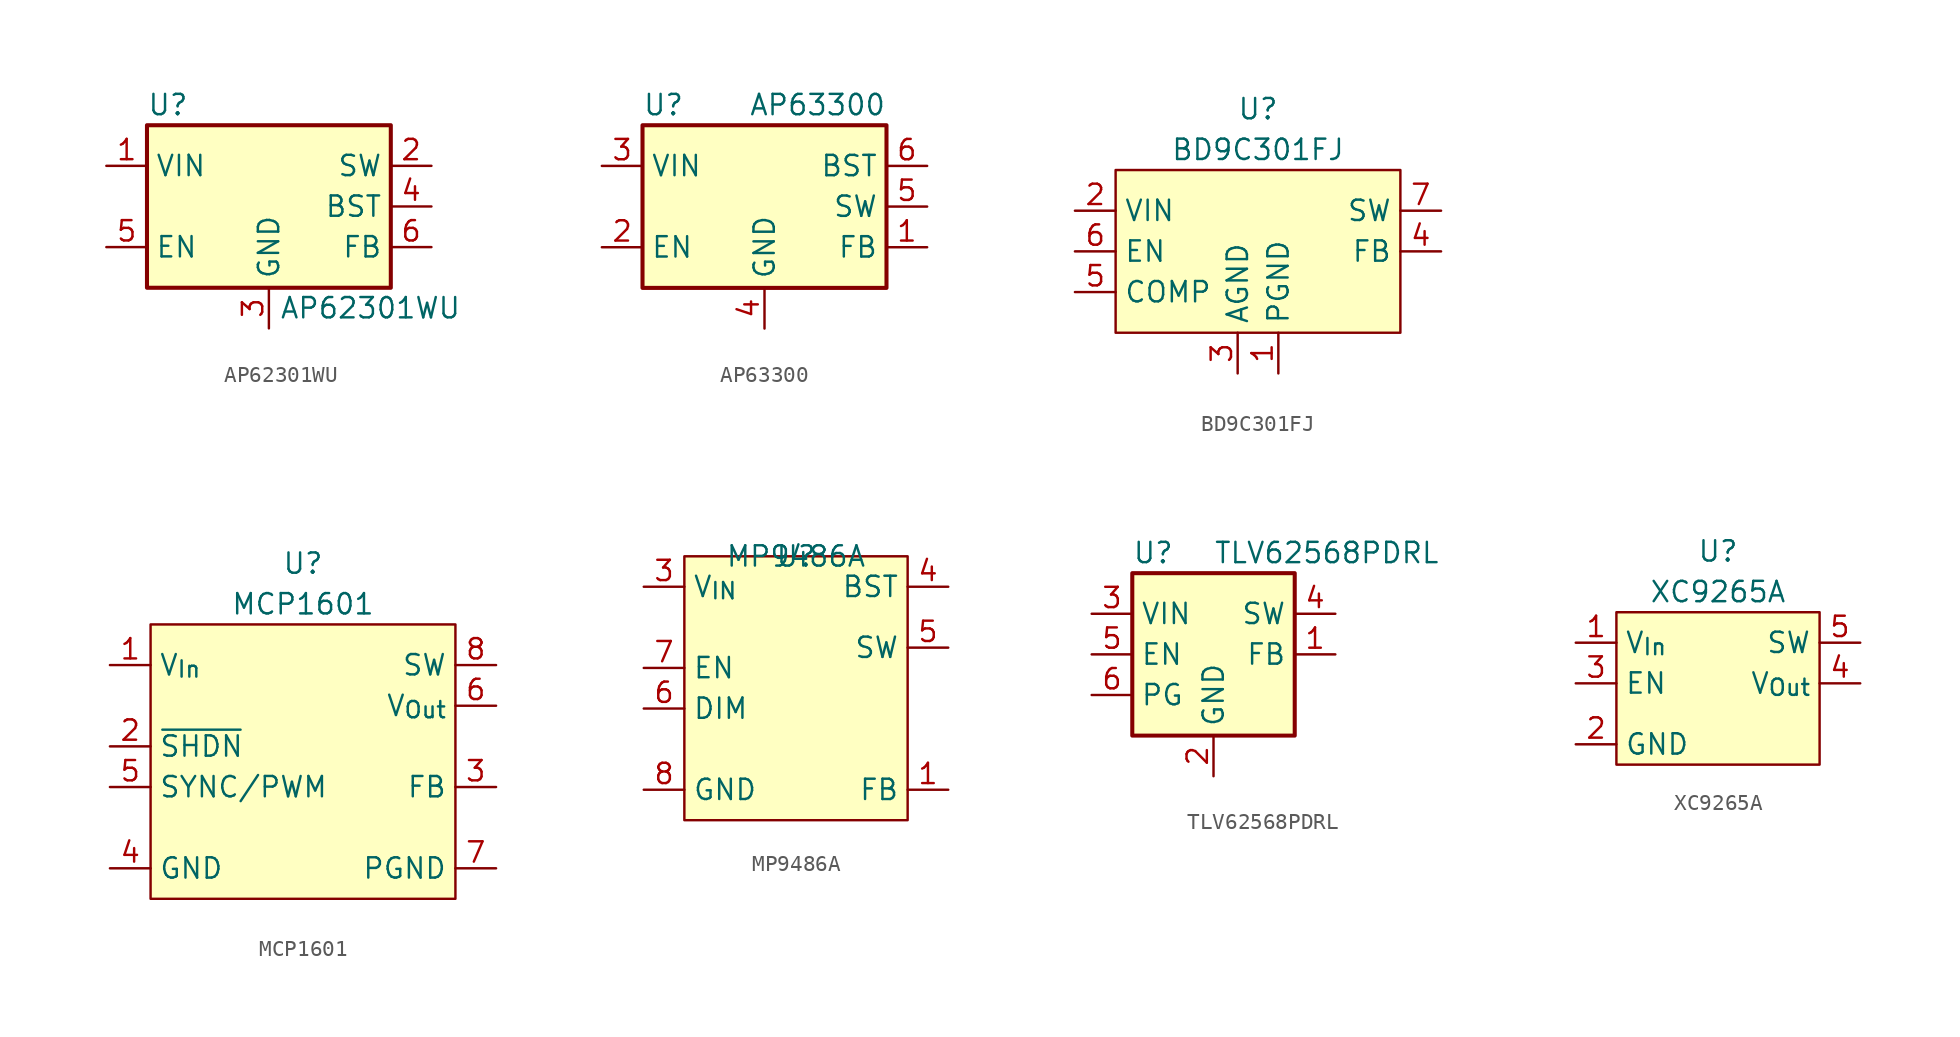
<source format=kicad_sym>
(kicad_symbol_lib
  (version 20220914)
  (generator kicad_symbol_editor)
  (symbol "AP62301WU"
    (property "Reference" "U"
      (at -7.62 6.35 0)
      (effects (font (size 1.27 1.27)) (justify left)))
    (property "Value" "AP62301WU"
      (at 6.35 -6.35 0)
      (effects (font (size 1.27 1.27))))
    (symbol "AP62301WU_0_1"
      (rectangle (start -7.62 5.08) (end 7.62 -5.08) (stroke (width 0.254) (type default)) (fill (type background))))
    (symbol "AP62301WU_1_1"
      (pin power_in line (at -10.16 2.54 0) (length 2.54) (name "VIN" (effects (font (size 1.27 1.27)))) (number "1" (effects (font (size 1.27 1.27)))))
      (pin output line (at 10.16 2.54 180) (length 2.54) (name "SW" (effects (font (size 1.27 1.27)))) (number "2" (effects (font (size 1.27 1.27)))))
      (pin power_in line (at 0 -7.62 90) (length 2.54) (name "GND" (effects (font (size 1.27 1.27)))) (number "3" (effects (font (size 1.27 1.27)))))
      (pin passive line (at 10.16 0 180) (length 2.54) (name "BST" (effects (font (size 1.27 1.27)))) (number "4" (effects (font (size 1.27 1.27)))))
      (pin input line (at -10.16 -2.54 0) (length 2.54) (name "EN" (effects (font (size 1.27 1.27)))) (number "5" (effects (font (size 1.27 1.27)))))
      (pin input line (at 10.16 -2.54 180) (length 2.54) (name "FB" (effects (font (size 1.27 1.27)))) (number "6" (effects (font (size 1.27 1.27)))))))
  (symbol "AP63300"
    (property "Reference" "U"
      (at -7.62 6.35 0)
      (effects (font (size 1.27 1.27)) (justify left)))
    (property "Value" "AP63300"
      (at 7.62 6.35 0)
      (effects (font (size 1.27 1.27)) (justify right)))
    (symbol "AP63300_0_1"
      (rectangle (start -7.62 5.08) (end 7.62 -5.08) (stroke (width 0.254) (type default)) (fill (type background))))
    (symbol "AP63300_1_1"
      (pin input line (at 10.16 -2.54 180) (length 2.54) (name "FB" (effects (font (size 1.27 1.27)))) (number "1" (effects (font (size 1.27 1.27)))))
      (pin input line (at -10.16 -2.54 0) (length 2.54) (name "EN" (effects (font (size 1.27 1.27)))) (number "2" (effects (font (size 1.27 1.27)))))
      (pin power_in line (at -10.16 2.54 0) (length 2.54) (name "VIN" (effects (font (size 1.27 1.27)))) (number "3" (effects (font (size 1.27 1.27)))))
      (pin power_in line (at 0 -7.62 90) (length 2.54) (name "GND" (effects (font (size 1.27 1.27)))) (number "4" (effects (font (size 1.27 1.27)))))
      (pin output line (at 10.16 0 180) (length 2.54) (name "SW" (effects (font (size 1.27 1.27)))) (number "5" (effects (font (size 1.27 1.27)))))
      (pin passive line (at 10.16 2.54 180) (length 2.54) (name "BST" (effects (font (size 1.27 1.27)))) (number "6" (effects (font (size 1.27 1.27)))))))
  (symbol "BD9C301FJ"
    (property "Reference" "U"
      (at 0 3.81 0)
      (effects (font (size 1.27 1.27))))
    (property "Value" "BD9C301FJ"
      (at 0 1.27 0)
      (effects (font (size 1.27 1.27))))
    (symbol "BD9C301FJ_0_1"
      (rectangle (start -8.89 0) (end 8.89 -10.16) (stroke (width 0) (type default)) (fill (type background))))
    (symbol "BD9C301FJ_1_1"
      (pin power_in line (at 1.27 -12.7 90) (length 2.54) (name "PGND" (effects (font (size 1.27 1.27)))) (number "1" (effects (font (size 1.27 1.27)))))
      (pin power_in line (at -11.43 -2.54 0) (length 2.54) (name "VIN" (effects (font (size 1.27 1.27)))) (number "2" (effects (font (size 1.27 1.27)))))
      (pin power_in line (at -1.27 -12.7 90) (length 2.54) (name "AGND" (effects (font (size 1.27 1.27)))) (number "3" (effects (font (size 1.27 1.27)))))
      (pin bidirectional line (at 11.43 -5.08 180) (length 2.54) (name "FB" (effects (font (size 1.27 1.27)))) (number "4" (effects (font (size 1.27 1.27)))))
      (pin input line (at -11.43 -7.62 0) (length 2.54) (name "COMP" (effects (font (size 1.27 1.27)))) (number "5" (effects (font (size 1.27 1.27)))))
      (pin input line (at -11.43 -5.08 0) (length 2.54) (name "EN" (effects (font (size 1.27 1.27)))) (number "6" (effects (font (size 1.27 1.27)))))
      (pin power_out line (at 11.43 -2.54 180) (length 2.54) (name "SW" (effects (font (size 1.27 1.27)))) (number "7" (effects (font (size 1.27 1.27)))))
      (pin passive line (at 11.43 -2.54 180) (length 2.54) hide (name "SW" (effects (font (size 1.27 1.27)))) (number "8" (effects (font (size 1.27 1.27)))))))
  (symbol "MCP1601"
    (property "Reference" "U"
      (at 0 3.81 0)
      (effects (font (size 1.27 1.27))))
    (property "Value" "MCP1601"
      (at 0 1.27 0)
      (effects (font (size 1.27 1.27))))
    (symbol "MCP1601_0_1"
      (rectangle (start -9.525 0) (end 9.525 -17.145) (stroke (width 0) (type default)) (fill (type background))))
    (symbol "MCP1601_1_1"
      (pin power_in line (at -12.065 -2.54 0) (length 2.54) (name "V_{In}" (effects (font (size 1.27 1.27)))) (number "1" (effects (font (size 1.27 1.27)))))
      (pin input line (at -12.065 -7.62 0) (length 2.54) (name "~{SHDN}" (effects (font (size 1.27 1.27)))) (number "2" (effects (font (size 1.27 1.27)))))
      (pin passive line (at 12.065 -10.16 180) (length 2.54) (name "FB" (effects (font (size 1.27 1.27)))) (number "3" (effects (font (size 1.27 1.27)))))
      (pin passive line (at -12.065 -15.24 0) (length 2.54) (name "GND" (effects (font (size 1.27 1.27)))) (number "4" (effects (font (size 1.27 1.27)))))
      (pin input line (at -12.065 -10.16 0) (length 2.54) (name "SYNC/PWM" (effects (font (size 1.27 1.27)))) (number "5" (effects (font (size 1.27 1.27)))))
      (pin passive line (at 12.065 -5.08 180) (length 2.54) (name "V_{Out}" (effects (font (size 1.27 1.27)))) (number "6" (effects (font (size 1.27 1.27)))))
      (pin passive line (at 12.065 -15.24 180) (length 2.54) (name "PGND" (effects (font (size 1.27 1.27)))) (number "7" (effects (font (size 1.27 1.27)))))
      (pin power_out line (at 12.065 -2.54 180) (length 2.54) (name "SW" (effects (font (size 1.27 1.27)))) (number "8" (effects (font (size 1.27 1.27)))))))
  (symbol "MP9486A"
    (property "Reference" "U"
      (at 0 0 0)
      (effects (font (size 1.27 1.27))))
    (property "Value" "MP9486A"
      (at 0 0 0)
      (effects (font (size 1.27 1.27))))
    (symbol "MP9486A_0_1"
      (rectangle (start -6.985 0) (end 6.985 -16.51) (stroke (width 0) (type default)) (fill (type background))))
    (symbol "MP9486A_1_1"
      (pin passive line (at 9.525 -14.605 180) (length 2.54) (name "FB" (effects (font (size 1.27 1.27)))) (number "1" (effects (font (size 1.27 1.27)))))
      (pin power_in line (at -9.525 -1.905 0) (length 2.54) (name "V_{IN}" (effects (font (size 1.27 1.27)))) (number "3" (effects (font (size 1.27 1.27)))))
      (pin passive line (at 9.525 -1.905 180) (length 2.54) (name "BST" (effects (font (size 1.27 1.27)))) (number "4" (effects (font (size 1.27 1.27)))))
      (pin power_out line (at 9.525 -5.715 180) (length 2.54) (name "SW" (effects (font (size 1.27 1.27)))) (number "5" (effects (font (size 1.27 1.27)))))
      (pin input line (at -9.525 -9.525 0) (length 2.54) (name "DIM" (effects (font (size 1.27 1.27)))) (number "6" (effects (font (size 1.27 1.27)))))
      (pin input line (at -9.525 -6.985 0) (length 2.54) (name "EN" (effects (font (size 1.27 1.27)))) (number "7" (effects (font (size 1.27 1.27)))))
      (pin passive line (at -9.525 -14.605 0) (length 2.54) (name "GND" (effects (font (size 1.27 1.27)))) (number "8" (effects (font (size 1.27 1.27)))))
      (pin passive line (at -9.525 -14.605 0) (length 2.54) hide (name "GND" (effects (font (size 1.27 1.27)))) (number "9" (effects (font (size 1.27 1.27)))))))
  (symbol "TLV62568PDRL"
    (property "Reference" "U"
      (at -5.08 6.35 0)
      (effects (font (size 1.27 1.27)) (justify left)))
    (property "Value" "TLV62568PDRL"
      (at 0 6.35 0)
      (effects (font (size 1.27 1.27)) (justify left)))
    (symbol "TLV62568PDRL_0_1"
      (rectangle (start -5.08 5.08) (end 5.08 -5.08) (stroke (width 0.254) (type default)) (fill (type background))))
    (symbol "TLV62568PDRL_1_1"
      (pin input line (at 7.62 0 180) (length 2.54) (name "FB" (effects (font (size 1.27 1.27)))) (number "1" (effects (font (size 1.27 1.27)))))
      (pin power_in line (at 0 -7.62 90) (length 2.54) (name "GND" (effects (font (size 1.27 1.27)))) (number "2" (effects (font (size 1.27 1.27)))))
      (pin power_in line (at -7.62 2.54 0) (length 2.54) (name "VIN" (effects (font (size 1.27 1.27)))) (number "3" (effects (font (size 1.27 1.27)))))
      (pin power_out line (at 7.62 2.54 180) (length 2.54) (name "SW" (effects (font (size 1.27 1.27)))) (number "4" (effects (font (size 1.27 1.27)))))
      (pin input line (at -7.62 0 0) (length 2.54) (name "EN" (effects (font (size 1.27 1.27)))) (number "5" (effects (font (size 1.27 1.27)))))
      (pin output line (at -7.62 -2.54 0) (length 2.54) (name "PG" (effects (font (size 1.27 1.27)))) (number "6" (effects (font (size 1.27 1.27)))))))
  (symbol "XC9265A"
    (property "Reference" "U"
      (at 0 3.81 0)
      (effects (font (size 1.27 1.27))))
    (property "Value" "XC9265A"
      (at 0 1.27 0)
      (effects (font (size 1.27 1.27))))
    (symbol "XC9265A_0_1"
      (rectangle (start -6.35 0) (end 6.35 -9.525) (stroke (width 0) (type default)) (fill (type background))))
    (symbol "XC9265A_1_1"
      (pin power_in line (at -8.89 -1.905 0) (length 2.54) (name "V_{In}" (effects (font (size 1.27 1.27)))) (number "1" (effects (font (size 1.27 1.27)))))
      (pin passive line (at -8.89 -8.255 0) (length 2.54) (name "GND" (effects (font (size 1.27 1.27)))) (number "2" (effects (font (size 1.27 1.27)))))
      (pin input line (at -8.89 -4.445 0) (length 2.54) (name "EN" (effects (font (size 1.27 1.27)))) (number "3" (effects (font (size 1.27 1.27)))))
      (pin power_out line (at 8.89 -4.445 180) (length 2.54) (name "V_{Out}" (effects (font (size 1.27 1.27)))) (number "4" (effects (font (size 1.27 1.27)))))
      (pin output line (at 8.89 -1.905 180) (length 2.54) (name "SW" (effects (font (size 1.27 1.27)))) (number "5" (effects (font (size 1.27 1.27))))))))
</source>
